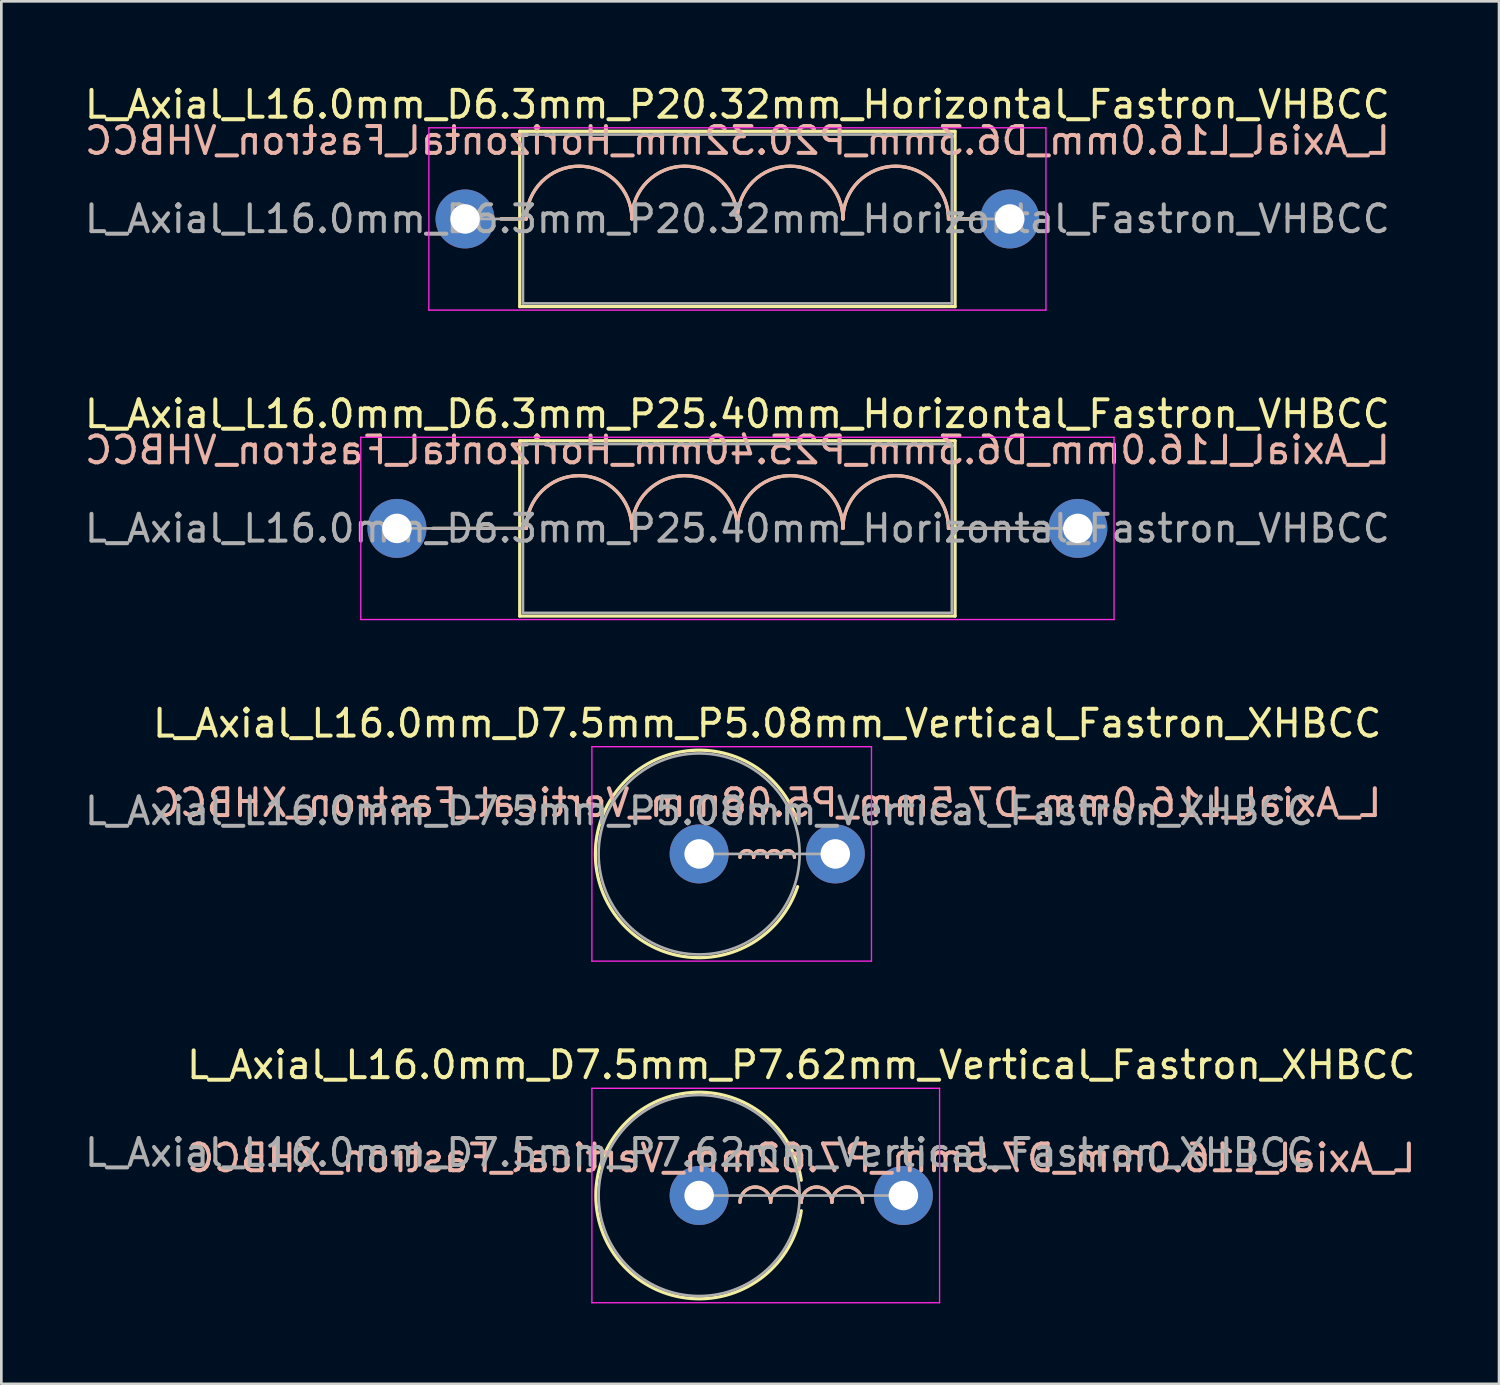
<source format=kicad_pcb>
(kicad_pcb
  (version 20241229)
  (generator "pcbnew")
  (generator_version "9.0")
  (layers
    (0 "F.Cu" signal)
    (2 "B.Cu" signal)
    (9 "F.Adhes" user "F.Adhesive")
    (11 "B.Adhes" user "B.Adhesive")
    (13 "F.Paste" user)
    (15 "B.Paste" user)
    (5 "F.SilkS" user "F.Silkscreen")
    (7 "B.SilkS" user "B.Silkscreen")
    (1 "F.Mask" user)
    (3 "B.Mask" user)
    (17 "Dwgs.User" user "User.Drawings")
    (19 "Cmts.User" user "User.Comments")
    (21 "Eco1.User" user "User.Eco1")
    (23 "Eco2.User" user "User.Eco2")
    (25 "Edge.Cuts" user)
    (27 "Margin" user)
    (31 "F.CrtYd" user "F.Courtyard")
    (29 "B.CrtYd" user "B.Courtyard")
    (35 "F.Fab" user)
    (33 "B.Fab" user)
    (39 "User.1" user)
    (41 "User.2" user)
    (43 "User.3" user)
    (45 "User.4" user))
  (footprint "L_Axial_L16.0mm_D7.5mm_P7.62mm_Vertical_Fastron_XHBCC"
    (layer "F.Cu")
    (at 23.03 41.548)
    (property "Reference" "L_Axial_L16.0mm_D7.5mm_P7.62mm_Vertical_Fastron_XHBCC" (at 3.81 -4.87 0) (layer "F.SilkS") (effects (font (size 1 1) (thickness 0.15))))
    (fp_arc (start 1.524 0.254) (mid 2.0955 -0.3175) (end 2.667 0.254) (stroke (width 0.12) (type solid)) (layer "F.SilkS"))
    (fp_arc (start 2.667 0.254) (mid 3.2385 -0.3175) (end 3.81 0.254) (stroke (width 0.12) (type solid)) (layer "F.SilkS"))
    (fp_arc (start 3.81 0.254) (mid 4.3815 -0.3175) (end 4.953 0.254) (stroke (width 0.12) (type solid)) (layer "F.SilkS"))
    (fp_arc (start 3.810593 0.567535) (mid -3.852624 0.002007) (end 3.81 -0.5715) (stroke (width 0.12) (type solid)) (layer "F.SilkS"))
    (fp_arc (start 4.953 0.254) (mid 5.5245 -0.3175) (end 6.096 0.254) (stroke (width 0.12) (type solid)) (layer "F.SilkS"))
    (fp_arc (start 1.524 0.254) (mid 2.0955 -0.3175) (end 2.667 0.254) (stroke (width 0.12) (type solid)) (layer "B.SilkS"))
    (fp_arc (start 2.667 0.254) (mid 3.2385 -0.3175) (end 3.81 0.254) (stroke (width 0.12) (type solid)) (layer "B.SilkS"))
    (fp_arc (start 3.81 0.254) (mid 4.3815 -0.3175) (end 4.953 0.254) (stroke (width 0.12) (type solid)) (layer "B.SilkS"))
    (fp_arc (start 4.953 0.254) (mid 5.5245 -0.3175) (end 6.096 0.254) (stroke (width 0.12) (type solid)) (layer "B.SilkS"))
    (fp_line (start -4 -4) (end -4 4) (stroke (width 0.05) (type solid)) (layer "F.CrtYd"))
    (fp_line (start -4 4) (end 8.97 4) (stroke (width 0.05) (type solid)) (layer "F.CrtYd"))
    (fp_line (start 8.97 -4) (end -4 -4) (stroke (width 0.05) (type solid)) (layer "F.CrtYd"))
    (fp_line (start 8.97 4) (end 8.97 -4) (stroke (width 0.05) (type solid)) (layer "F.CrtYd"))
    (fp_line (start 0 0) (end 7.62 0) (stroke (width 0.1) (type solid)) (layer "F.Fab"))
    (fp_circle (center 0 0) (end 3.75 0) (stroke (width 0.1) (type solid)) (fill no) (layer "F.Fab"))
    (fp_text user "${REFERENCE}" (at 3.81 -1.397 0) (layer "B.SilkS") (effects (font (size 1 1) (thickness 0.15)) (justify mirror)))
    (fp_text user "${REFERENCE}" (at 0 -1.6 0) (layer "F.Fab") (effects (font (size 1 1) (thickness 0.15))))
    (pad "1" thru_hole circle (at 0 0) (size 2.2 2.2) (drill 1.1) (layers "*.Cu" "*.Mask"))
    (pad "2" thru_hole oval (at 7.62 0) (size 2.2 2.2) (drill 1.1) (layers "*.Cu" "*.Mask")))
  (footprint "L_Axial_L16.0mm_D6.3mm_P25.40mm_Horizontal_Fastron_VHBCC"
    (layer "F.Cu")
    (at 11.758 16.662)
    (property "Reference" "L_Axial_L16.0mm_D6.3mm_P25.40mm_Horizontal_Fastron_VHBCC" (at 12.7 -4.27 0) (layer "F.SilkS") (effects (font (size 1 1) (thickness 0.15))))
    (fp_line (start 1.34 0) (end 4.58 0) (stroke (width 0.12) (type solid)) (layer "F.SilkS"))
    (fp_line (start 4.58 -3.27) (end 4.58 3.27) (stroke (width 0.12) (type solid)) (layer "F.SilkS"))
    (fp_line (start 4.58 3.27) (end 20.82 3.27) (stroke (width 0.12) (type solid)) (layer "F.SilkS"))
    (fp_line (start 4.826 0) (end 4.58 0) (stroke (width 0.12) (type solid)) (layer "F.SilkS"))
    (fp_line (start 20.574 0) (end 20.828 0) (stroke (width 0.12) (type solid)) (layer "F.SilkS"))
    (fp_line (start 20.82 -3.27) (end 4.58 -3.27) (stroke (width 0.12) (type solid)) (layer "F.SilkS"))
    (fp_line (start 20.82 3.27) (end 20.82 -3.27) (stroke (width 0.12) (type solid)) (layer "F.SilkS"))
    (fp_line (start 24.06 0) (end 20.82 0) (stroke (width 0.12) (type solid)) (layer "F.SilkS"))
    (fp_arc (start 4.826 0) (mid 6.7945 -1.9685) (end 8.763 0) (stroke (width 0.12) (type solid)) (layer "F.SilkS"))
    (fp_arc (start 8.763 0) (mid 10.7315 -1.9685) (end 12.7 0) (stroke (width 0.12) (type solid)) (layer "F.SilkS"))
    (fp_arc (start 12.7 0) (mid 14.6685 -1.9685) (end 16.637 0) (stroke (width 0.12) (type solid)) (layer "F.SilkS"))
    (fp_arc (start 16.637 0) (mid 18.6055 -1.9685) (end 20.574 0) (stroke (width 0.12) (type solid)) (layer "F.SilkS"))
    (fp_line (start 1.34 0) (end 4.58 0) (stroke (width 0.12) (type solid)) (layer "B.SilkS"))
    (fp_line (start 4.826 0) (end 4.572 0) (stroke (width 0.12) (type solid)) (layer "B.SilkS"))
    (fp_line (start 20.574 0) (end 20.82 0) (stroke (width 0.12) (type solid)) (layer "B.SilkS"))
    (fp_line (start 24.06 0) (end 20.82 0) (stroke (width 0.12) (type solid)) (layer "B.SilkS"))
    (fp_arc (start 4.826 0) (mid 6.7945 -1.9685) (end 8.763 0) (stroke (width 0.12) (type solid)) (layer "B.SilkS"))
    (fp_arc (start 8.763 0) (mid 10.7315 -1.9685) (end 12.7 0) (stroke (width 0.12) (type solid)) (layer "B.SilkS"))
    (fp_arc (start 12.7 0) (mid 14.6685 -1.9685) (end 16.637 0) (stroke (width 0.12) (type solid)) (layer "B.SilkS"))
    (fp_arc (start 16.637 0) (mid 18.6055 -1.9685) (end 20.574 0) (stroke (width 0.12) (type solid)) (layer "B.SilkS"))
    (fp_line (start -1.35 -3.4) (end -1.35 3.4) (stroke (width 0.05) (type solid)) (layer "F.CrtYd"))
    (fp_line (start -1.35 3.4) (end 26.75 3.4) (stroke (width 0.05) (type solid)) (layer "F.CrtYd"))
    (fp_line (start 26.75 -3.4) (end -1.35 -3.4) (stroke (width 0.05) (type solid)) (layer "F.CrtYd"))
    (fp_line (start 26.75 3.4) (end 26.75 -3.4) (stroke (width 0.05) (type solid)) (layer "F.CrtYd"))
    (fp_line (start 0 0) (end 4.7 0) (stroke (width 0.1) (type solid)) (layer "F.Fab"))
    (fp_line (start 4.7 -3.15) (end 4.7 3.15) (stroke (width 0.1) (type solid)) (layer "F.Fab"))
    (fp_line (start 4.7 3.15) (end 20.7 3.15) (stroke (width 0.1) (type solid)) (layer "F.Fab"))
    (fp_line (start 20.7 -3.15) (end 4.7 -3.15) (stroke (width 0.1) (type solid)) (layer "F.Fab"))
    (fp_line (start 20.7 3.15) (end 20.7 -3.15) (stroke (width 0.1) (type solid)) (layer "F.Fab"))
    (fp_line (start 25.4 0) (end 20.7 0) (stroke (width 0.1) (type solid)) (layer "F.Fab"))
    (fp_text user "${REFERENCE}" (at 12.7 -2.921 0) (layer "B.SilkS") (effects (font (size 1 1) (thickness 0.15)) (justify mirror)))
    (fp_text user "${REFERENCE}" (at 12.7 0 0) (layer "F.Fab") (effects (font (size 1 1) (thickness 0.15))))
    (pad "1" thru_hole circle (at 0 0) (size 2.2 2.2) (drill 1.1) (layers "*.Cu" "*.Mask"))
    (pad "2" thru_hole oval (at 25.4 0) (size 2.2 2.2) (drill 1.1) (layers "*.Cu" "*.Mask")))
  (footprint "L_Axial_L16.0mm_D7.5mm_P5.08mm_Vertical_Fastron_XHBCC"
    (layer "F.Cu")
    (at 23.03 28.805)
    (property "Reference" "L_Axial_L16.0mm_D7.5mm_P5.08mm_Vertical_Fastron_XHBCC" (at 2.54 -4.87 0) (layer "F.SilkS") (effects (font (size 1 1) (thickness 0.15))))
    (fp_arc (start 1.524 0.127) (mid 1.778 -0.127) (end 2.032 0.127) (stroke (width 0.12) (type solid)) (layer "F.SilkS"))
    (fp_arc (start 2.032 0.127) (mid 2.286 -0.127) (end 2.54 0.127) (stroke (width 0.12) (type solid)) (layer "F.SilkS"))
    (fp_arc (start 2.54 0.127) (mid 2.794 -0.127) (end 3.048 0.127) (stroke (width 0.12) (type solid)) (layer "F.SilkS"))
    (fp_arc (start 3.048 0.127) (mid 3.302 -0.127) (end 3.556 0.127) (stroke (width 0.12) (type solid)) (layer "F.SilkS"))
    (fp_arc (start 3.672669 1.22) (mid -3.87 0) (end 3.672669 -1.22) (stroke (width 0.12) (type solid)) (layer "F.SilkS"))
    (fp_arc (start 1.524 0.127) (mid 1.778 -0.127) (end 2.032 0.127) (stroke (width 0.12) (type solid)) (layer "B.SilkS"))
    (fp_arc (start 2.032 0.127) (mid 2.286 -0.127) (end 2.54 0.127) (stroke (width 0.12) (type solid)) (layer "B.SilkS"))
    (fp_arc (start 2.54 0.127) (mid 2.794 -0.127) (end 3.048 0.127) (stroke (width 0.12) (type solid)) (layer "B.SilkS"))
    (fp_arc (start 3.048 0.127) (mid 3.302 -0.127) (end 3.556 0.127) (stroke (width 0.12) (type solid)) (layer "B.SilkS"))
    (fp_line (start -4 -4) (end -4 4) (stroke (width 0.05) (type solid)) (layer "F.CrtYd"))
    (fp_line (start -4 4) (end 6.43 4) (stroke (width 0.05) (type solid)) (layer "F.CrtYd"))
    (fp_line (start 6.43 -4) (end -4 -4) (stroke (width 0.05) (type solid)) (layer "F.CrtYd"))
    (fp_line (start 6.43 4) (end 6.43 -4) (stroke (width 0.05) (type solid)) (layer "F.CrtYd"))
    (fp_line (start 0 0) (end 5.08 0) (stroke (width 0.1) (type solid)) (layer "F.Fab"))
    (fp_circle (center 0 0) (end 3.75 0) (stroke (width 0.1) (type solid)) (fill no) (layer "F.Fab"))
    (fp_text user "${REFERENCE}" (at 2.54 -1.905 0) (layer "B.SilkS") (effects (font (size 1 1) (thickness 0.15)) (justify mirror)))
    (fp_text user "${REFERENCE}" (at 0 -1.6 0) (layer "F.Fab") (effects (font (size 1 1) (thickness 0.15))))
    (pad "1" thru_hole circle (at 0 0) (size 2.2 2.2) (drill 1.1) (layers "*.Cu" "*.Mask"))
    (pad "2" thru_hole oval (at 5.08 0) (size 2.2 2.2) (drill 1.1) (layers "*.Cu" "*.Mask")))
  (footprint "L_Axial_L16.0mm_D6.3mm_P20.32mm_Horizontal_Fastron_VHBCC"
    (layer "F.Cu")
    (at 14.298 5.118)
    (property "Reference" "L_Axial_L16.0mm_D6.3mm_P20.32mm_Horizontal_Fastron_VHBCC" (at 10.16 -4.27 0) (layer "F.SilkS") (effects (font (size 1 1) (thickness 0.15))))
    (fp_line (start 1.34 0) (end 2.04 0) (stroke (width 0.12) (type solid)) (layer "F.SilkS"))
    (fp_line (start 2.04 -3.27) (end 2.04 3.27) (stroke (width 0.12) (type solid)) (layer "F.SilkS"))
    (fp_line (start 2.04 3.27) (end 18.28 3.27) (stroke (width 0.12) (type solid)) (layer "F.SilkS"))
    (fp_line (start 2.286 0) (end 2.04 0) (stroke (width 0.12) (type solid)) (layer "F.SilkS"))
    (fp_line (start 18.034 0) (end 18.288 0) (stroke (width 0.12) (type solid)) (layer "F.SilkS"))
    (fp_line (start 18.28 -3.27) (end 2.04 -3.27) (stroke (width 0.12) (type solid)) (layer "F.SilkS"))
    (fp_line (start 18.28 3.27) (end 18.28 -3.27) (stroke (width 0.12) (type solid)) (layer "F.SilkS"))
    (fp_line (start 18.98 0) (end 18.28 0) (stroke (width 0.12) (type solid)) (layer "F.SilkS"))
    (fp_arc (start 2.286 0) (mid 4.2545 -1.9685) (end 6.223 0) (stroke (width 0.12) (type solid)) (layer "F.SilkS"))
    (fp_arc (start 6.223 0) (mid 8.1915 -1.9685) (end 10.16 0) (stroke (width 0.12) (type solid)) (layer "F.SilkS"))
    (fp_arc (start 10.16 0) (mid 12.1285 -1.9685) (end 14.097 0) (stroke (width 0.12) (type solid)) (layer "F.SilkS"))
    (fp_arc (start 14.097 0) (mid 16.0655 -1.9685) (end 18.034 0) (stroke (width 0.12) (type solid)) (layer "F.SilkS"))
    (fp_line (start 1.34 0) (end 2.04 0) (stroke (width 0.12) (type solid)) (layer "B.SilkS"))
    (fp_line (start 2.286 0) (end 2.032 0) (stroke (width 0.12) (type solid)) (layer "B.SilkS"))
    (fp_line (start 18.034 0) (end 18.28 0) (stroke (width 0.12) (type solid)) (layer "B.SilkS"))
    (fp_line (start 18.98 0) (end 18.28 0) (stroke (width 0.12) (type solid)) (layer "B.SilkS"))
    (fp_arc (start 2.286 0) (mid 4.2545 -1.9685) (end 6.223 0) (stroke (width 0.12) (type solid)) (layer "B.SilkS"))
    (fp_arc (start 6.223 0) (mid 8.1915 -1.9685) (end 10.16 0) (stroke (width 0.12) (type solid)) (layer "B.SilkS"))
    (fp_arc (start 10.16 0) (mid 12.1285 -1.9685) (end 14.097 0) (stroke (width 0.12) (type solid)) (layer "B.SilkS"))
    (fp_arc (start 14.097 0) (mid 16.0655 -1.9685) (end 18.034 0) (stroke (width 0.12) (type solid)) (layer "B.SilkS"))
    (fp_line (start -1.35 -3.4) (end -1.35 3.4) (stroke (width 0.05) (type solid)) (layer "F.CrtYd"))
    (fp_line (start -1.35 3.4) (end 21.67 3.4) (stroke (width 0.05) (type solid)) (layer "F.CrtYd"))
    (fp_line (start 21.67 -3.4) (end -1.35 -3.4) (stroke (width 0.05) (type solid)) (layer "F.CrtYd"))
    (fp_line (start 21.67 3.4) (end 21.67 -3.4) (stroke (width 0.05) (type solid)) (layer "F.CrtYd"))
    (fp_line (start 0 0) (end 2.16 0) (stroke (width 0.1) (type solid)) (layer "F.Fab"))
    (fp_line (start 2.16 -3.15) (end 2.16 3.15) (stroke (width 0.1) (type solid)) (layer "F.Fab"))
    (fp_line (start 2.16 3.15) (end 18.16 3.15) (stroke (width 0.1) (type solid)) (layer "F.Fab"))
    (fp_line (start 18.16 -3.15) (end 2.16 -3.15) (stroke (width 0.1) (type solid)) (layer "F.Fab"))
    (fp_line (start 18.16 3.15) (end 18.16 -3.15) (stroke (width 0.1) (type solid)) (layer "F.Fab"))
    (fp_line (start 20.32 0) (end 18.16 0) (stroke (width 0.1) (type solid)) (layer "F.Fab"))
    (fp_text user "${REFERENCE}" (at 10.16 -2.921 0) (layer "B.SilkS") (effects (font (size 1 1) (thickness 0.15)) (justify mirror)))
    (fp_text user "${REFERENCE}" (at 10.16 0 0) (layer "F.Fab") (effects (font (size 1 1) (thickness 0.15))))
    (pad "1" thru_hole circle (at 0 0) (size 2.2 2.2) (drill 1.1) (layers "*.Cu" "*.Mask"))
    (pad "2" thru_hole oval (at 20.32 0) (size 2.2 2.2) (drill 1.1) (layers "*.Cu" "*.Mask")))
  (gr_rect
    (start -3 -3)
    (end 52.87 48.573)
    (stroke (width 0.1) (type default))
    (fill no)
    (layer "Edge.Cuts")))
</source>
